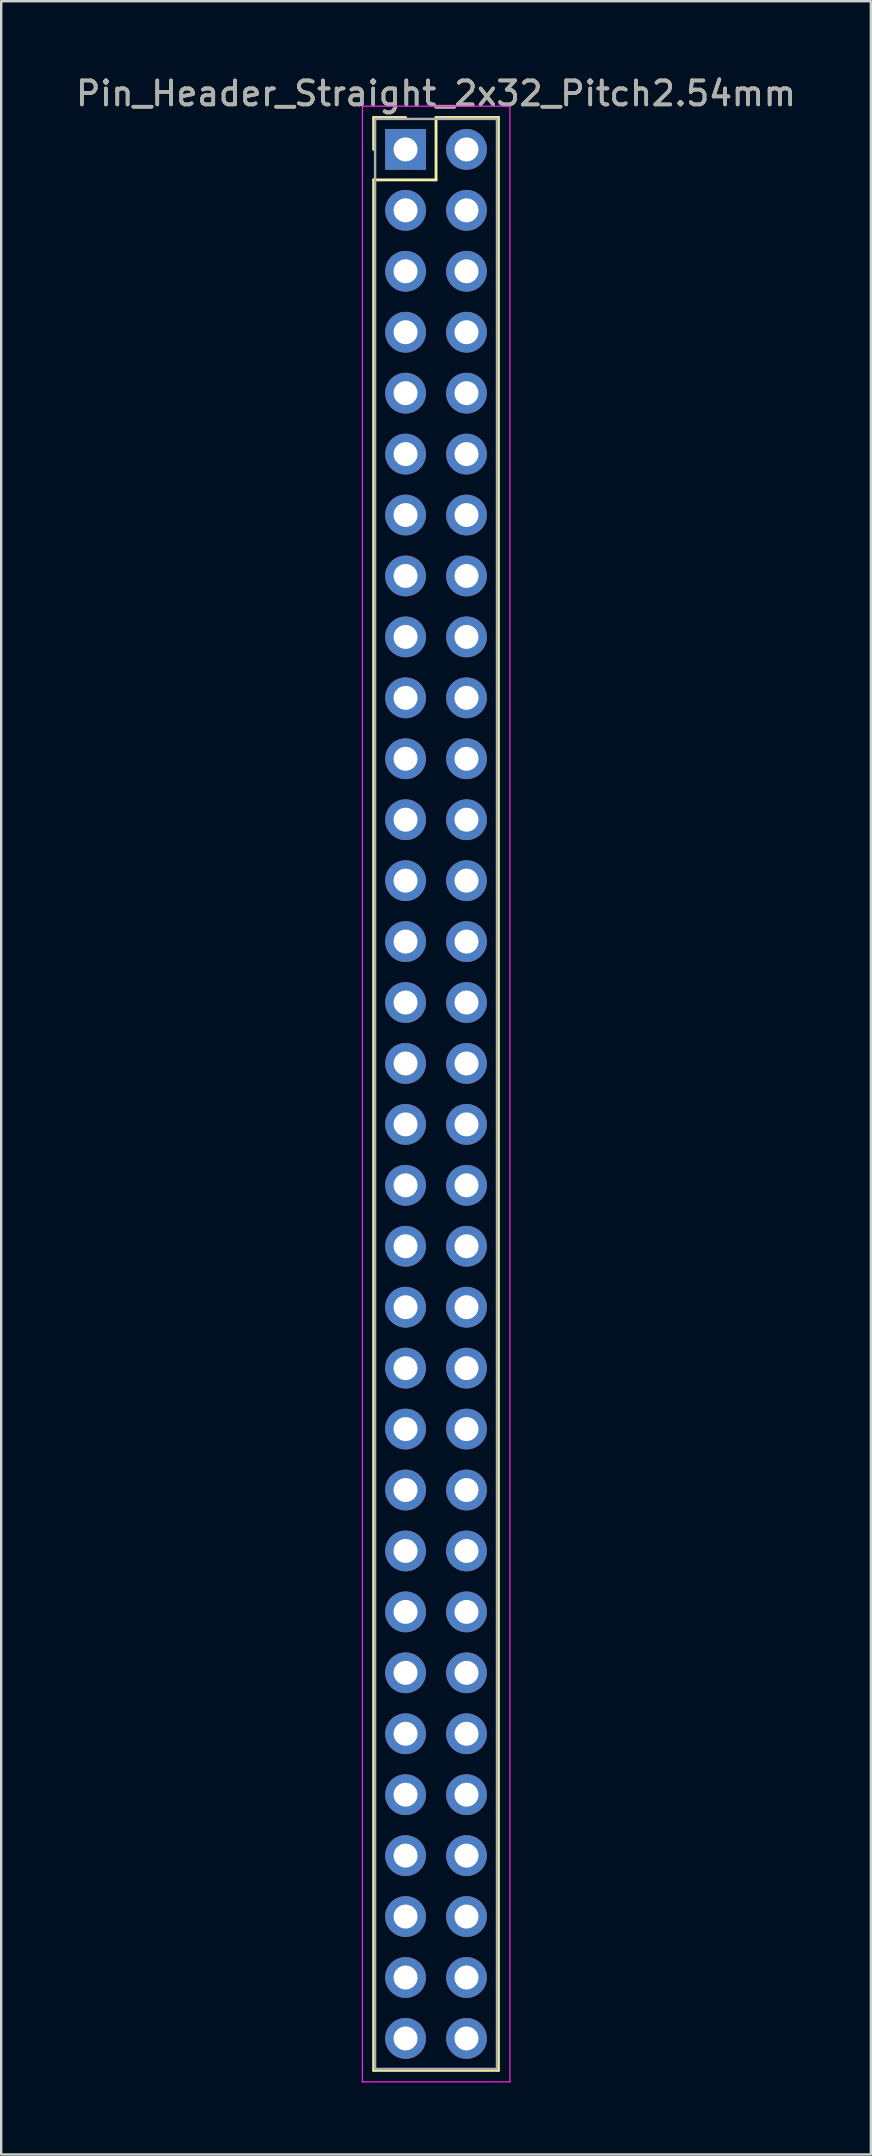
<source format=kicad_pcb>
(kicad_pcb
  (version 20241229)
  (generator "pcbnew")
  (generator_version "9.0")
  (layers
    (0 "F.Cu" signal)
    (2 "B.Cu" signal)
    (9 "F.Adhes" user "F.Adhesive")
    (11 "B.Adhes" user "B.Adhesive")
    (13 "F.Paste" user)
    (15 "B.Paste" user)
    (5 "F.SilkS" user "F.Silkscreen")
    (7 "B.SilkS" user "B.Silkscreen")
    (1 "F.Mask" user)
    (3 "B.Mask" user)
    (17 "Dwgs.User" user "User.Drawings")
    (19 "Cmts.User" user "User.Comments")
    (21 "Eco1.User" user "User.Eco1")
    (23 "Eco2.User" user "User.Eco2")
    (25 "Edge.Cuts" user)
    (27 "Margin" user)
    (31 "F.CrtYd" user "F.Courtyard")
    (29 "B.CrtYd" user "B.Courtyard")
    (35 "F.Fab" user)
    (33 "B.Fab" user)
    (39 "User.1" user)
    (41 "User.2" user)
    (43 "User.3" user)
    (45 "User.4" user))
  (footprint "Pin_Header_Straight_2x32_Pitch2.54mm"
    (layer "F.Cu")
    (at 13.855 3.178)
    (property "Reference" "Pin_Header_Straight_2x32_Pitch2.54mm" (at 1.27 -2.33 0) (layer "F.SilkS") (effects (font (size 1 1) (thickness 0.15))))
    (attr through_hole)
    (fp_line (start -1.33 -1.33) (end 0 -1.33) (stroke (width 0.12) (type solid)) (layer "F.SilkS"))
    (fp_line (start -1.33 0) (end -1.33 -1.33) (stroke (width 0.12) (type solid)) (layer "F.SilkS"))
    (fp_line (start -1.33 1.27) (end -1.33 80.07) (stroke (width 0.12) (type solid)) (layer "F.SilkS"))
    (fp_line (start -1.33 80.07) (end 3.87 80.07) (stroke (width 0.12) (type solid)) (layer "F.SilkS"))
    (fp_line (start 1.27 -1.33) (end 1.27 1.27) (stroke (width 0.12) (type solid)) (layer "F.SilkS"))
    (fp_line (start 1.27 1.27) (end -1.33 1.27) (stroke (width 0.12) (type solid)) (layer "F.SilkS"))
    (fp_line (start 3.87 -1.33) (end 1.27 -1.33) (stroke (width 0.12) (type solid)) (layer "F.SilkS"))
    (fp_line (start 3.87 80.07) (end 3.87 -1.33) (stroke (width 0.12) (type solid)) (layer "F.SilkS"))
    (fp_line (start -1.8 -1.8) (end -1.8 80.55) (stroke (width 0.05) (type solid)) (layer "F.CrtYd"))
    (fp_line (start -1.8 80.55) (end 4.35 80.55) (stroke (width 0.05) (type solid)) (layer "F.CrtYd"))
    (fp_line (start 4.35 -1.8) (end -1.8 -1.8) (stroke (width 0.05) (type solid)) (layer "F.CrtYd"))
    (fp_line (start 4.35 80.55) (end 4.35 -1.8) (stroke (width 0.05) (type solid)) (layer "F.CrtYd"))
    (fp_line (start -1.27 -1.27) (end -1.27 80.01) (stroke (width 0.1) (type solid)) (layer "F.Fab"))
    (fp_line (start -1.27 80.01) (end 3.81 80.01) (stroke (width 0.1) (type solid)) (layer "F.Fab"))
    (fp_line (start 3.81 -1.27) (end -1.27 -1.27) (stroke (width 0.1) (type solid)) (layer "F.Fab"))
    (fp_line (start 3.81 80.01) (end 3.81 -1.27) (stroke (width 0.1) (type solid)) (layer "F.Fab"))
    (fp_text user "${REFERENCE}" (at 1.27 -2.33 0) (layer "F.Fab") (effects (font (size 1 1) (thickness 0.15))))
    (pad "1" thru_hole rect (at 0 0) (size 1.7 1.7) (drill 1) (layers "*.Cu" "*.Mask"))
    (pad "2" thru_hole oval (at 2.54 0) (size 1.7 1.7) (drill 1) (layers "*.Cu" "*.Mask"))
    (pad "3" thru_hole oval (at 0 2.54) (size 1.7 1.7) (drill 1) (layers "*.Cu" "*.Mask"))
    (pad "4" thru_hole oval (at 2.54 2.54) (size 1.7 1.7) (drill 1) (layers "*.Cu" "*.Mask"))
    (pad "5" thru_hole oval (at 0 5.08) (size 1.7 1.7) (drill 1) (layers "*.Cu" "*.Mask"))
    (pad "6" thru_hole oval (at 2.54 5.08) (size 1.7 1.7) (drill 1) (layers "*.Cu" "*.Mask"))
    (pad "7" thru_hole oval (at 0 7.62) (size 1.7 1.7) (drill 1) (layers "*.Cu" "*.Mask"))
    (pad "8" thru_hole oval (at 2.54 7.62) (size 1.7 1.7) (drill 1) (layers "*.Cu" "*.Mask"))
    (pad "9" thru_hole oval (at 0 10.16) (size 1.7 1.7) (drill 1) (layers "*.Cu" "*.Mask"))
    (pad "10" thru_hole oval (at 2.54 10.16) (size 1.7 1.7) (drill 1) (layers "*.Cu" "*.Mask"))
    (pad "11" thru_hole oval (at 0 12.7) (size 1.7 1.7) (drill 1) (layers "*.Cu" "*.Mask"))
    (pad "12" thru_hole oval (at 2.54 12.7) (size 1.7 1.7) (drill 1) (layers "*.Cu" "*.Mask"))
    (pad "13" thru_hole oval (at 0 15.24) (size 1.7 1.7) (drill 1) (layers "*.Cu" "*.Mask"))
    (pad "14" thru_hole oval (at 2.54 15.24) (size 1.7 1.7) (drill 1) (layers "*.Cu" "*.Mask"))
    (pad "15" thru_hole oval (at 0 17.78) (size 1.7 1.7) (drill 1) (layers "*.Cu" "*.Mask"))
    (pad "16" thru_hole oval (at 2.54 17.78) (size 1.7 1.7) (drill 1) (layers "*.Cu" "*.Mask"))
    (pad "17" thru_hole oval (at 0 20.32) (size 1.7 1.7) (drill 1) (layers "*.Cu" "*.Mask"))
    (pad "18" thru_hole oval (at 2.54 20.32) (size 1.7 1.7) (drill 1) (layers "*.Cu" "*.Mask"))
    (pad "19" thru_hole oval (at 0 22.86) (size 1.7 1.7) (drill 1) (layers "*.Cu" "*.Mask"))
    (pad "20" thru_hole oval (at 2.54 22.86) (size 1.7 1.7) (drill 1) (layers "*.Cu" "*.Mask"))
    (pad "21" thru_hole oval (at 0 25.4) (size 1.7 1.7) (drill 1) (layers "*.Cu" "*.Mask"))
    (pad "22" thru_hole oval (at 2.54 25.4) (size 1.7 1.7) (drill 1) (layers "*.Cu" "*.Mask"))
    (pad "23" thru_hole oval (at 0 27.94) (size 1.7 1.7) (drill 1) (layers "*.Cu" "*.Mask"))
    (pad "24" thru_hole oval (at 2.54 27.94) (size 1.7 1.7) (drill 1) (layers "*.Cu" "*.Mask"))
    (pad "25" thru_hole oval (at 0 30.48) (size 1.7 1.7) (drill 1) (layers "*.Cu" "*.Mask"))
    (pad "26" thru_hole oval (at 2.54 30.48) (size 1.7 1.7) (drill 1) (layers "*.Cu" "*.Mask"))
    (pad "27" thru_hole oval (at 0 33.02) (size 1.7 1.7) (drill 1) (layers "*.Cu" "*.Mask"))
    (pad "28" thru_hole oval (at 2.54 33.02) (size 1.7 1.7) (drill 1) (layers "*.Cu" "*.Mask"))
    (pad "29" thru_hole oval (at 0 35.56) (size 1.7 1.7) (drill 1) (layers "*.Cu" "*.Mask"))
    (pad "30" thru_hole oval (at 2.54 35.56) (size 1.7 1.7) (drill 1) (layers "*.Cu" "*.Mask"))
    (pad "31" thru_hole oval (at 0 38.1) (size 1.7 1.7) (drill 1) (layers "*.Cu" "*.Mask"))
    (pad "32" thru_hole oval (at 2.54 38.1) (size 1.7 1.7) (drill 1) (layers "*.Cu" "*.Mask"))
    (pad "33" thru_hole oval (at 0 40.64) (size 1.7 1.7) (drill 1) (layers "*.Cu" "*.Mask"))
    (pad "34" thru_hole oval (at 2.54 40.64) (size 1.7 1.7) (drill 1) (layers "*.Cu" "*.Mask"))
    (pad "35" thru_hole oval (at 0 43.18) (size 1.7 1.7) (drill 1) (layers "*.Cu" "*.Mask"))
    (pad "36" thru_hole oval (at 2.54 43.18) (size 1.7 1.7) (drill 1) (layers "*.Cu" "*.Mask"))
    (pad "37" thru_hole oval (at 0 45.72) (size 1.7 1.7) (drill 1) (layers "*.Cu" "*.Mask"))
    (pad "38" thru_hole oval (at 2.54 45.72) (size 1.7 1.7) (drill 1) (layers "*.Cu" "*.Mask"))
    (pad "39" thru_hole oval (at 0 48.26) (size 1.7 1.7) (drill 1) (layers "*.Cu" "*.Mask"))
    (pad "40" thru_hole oval (at 2.54 48.26) (size 1.7 1.7) (drill 1) (layers "*.Cu" "*.Mask"))
    (pad "41" thru_hole oval (at 0 50.8) (size 1.7 1.7) (drill 1) (layers "*.Cu" "*.Mask"))
    (pad "42" thru_hole oval (at 2.54 50.8) (size 1.7 1.7) (drill 1) (layers "*.Cu" "*.Mask"))
    (pad "43" thru_hole oval (at 0 53.34) (size 1.7 1.7) (drill 1) (layers "*.Cu" "*.Mask"))
    (pad "44" thru_hole oval (at 2.54 53.34) (size 1.7 1.7) (drill 1) (layers "*.Cu" "*.Mask"))
    (pad "45" thru_hole oval (at 0 55.88) (size 1.7 1.7) (drill 1) (layers "*.Cu" "*.Mask"))
    (pad "46" thru_hole oval (at 2.54 55.88) (size 1.7 1.7) (drill 1) (layers "*.Cu" "*.Mask"))
    (pad "47" thru_hole oval (at 0 58.42) (size 1.7 1.7) (drill 1) (layers "*.Cu" "*.Mask"))
    (pad "48" thru_hole oval (at 2.54 58.42) (size 1.7 1.7) (drill 1) (layers "*.Cu" "*.Mask"))
    (pad "49" thru_hole oval (at 0 60.96) (size 1.7 1.7) (drill 1) (layers "*.Cu" "*.Mask"))
    (pad "50" thru_hole oval (at 2.54 60.96) (size 1.7 1.7) (drill 1) (layers "*.Cu" "*.Mask"))
    (pad "51" thru_hole oval (at 0 63.5) (size 1.7 1.7) (drill 1) (layers "*.Cu" "*.Mask"))
    (pad "52" thru_hole oval (at 2.54 63.5) (size 1.7 1.7) (drill 1) (layers "*.Cu" "*.Mask"))
    (pad "53" thru_hole oval (at 0 66.04) (size 1.7 1.7) (drill 1) (layers "*.Cu" "*.Mask"))
    (pad "54" thru_hole oval (at 2.54 66.04) (size 1.7 1.7) (drill 1) (layers "*.Cu" "*.Mask"))
    (pad "55" thru_hole oval (at 0 68.58) (size 1.7 1.7) (drill 1) (layers "*.Cu" "*.Mask"))
    (pad "56" thru_hole oval (at 2.54 68.58) (size 1.7 1.7) (drill 1) (layers "*.Cu" "*.Mask"))
    (pad "57" thru_hole oval (at 0 71.12) (size 1.7 1.7) (drill 1) (layers "*.Cu" "*.Mask"))
    (pad "58" thru_hole oval (at 2.54 71.12) (size 1.7 1.7) (drill 1) (layers "*.Cu" "*.Mask"))
    (pad "59" thru_hole oval (at 0 73.66) (size 1.7 1.7) (drill 1) (layers "*.Cu" "*.Mask"))
    (pad "60" thru_hole oval (at 2.54 73.66) (size 1.7 1.7) (drill 1) (layers "*.Cu" "*.Mask"))
    (pad "61" thru_hole oval (at 0 76.2) (size 1.7 1.7) (drill 1) (layers "*.Cu" "*.Mask"))
    (pad "62" thru_hole oval (at 2.54 76.2) (size 1.7 1.7) (drill 1) (layers "*.Cu" "*.Mask"))
    (pad "63" thru_hole oval (at 0 78.74) (size 1.7 1.7) (drill 1) (layers "*.Cu" "*.Mask"))
    (pad "64" thru_hole oval (at 2.54 78.74) (size 1.7 1.7) (drill 1) (layers "*.Cu" "*.Mask")))
  (gr_rect
    (start -3 -3)
    (end 33.25 86.753)
    (stroke (width 0.1) (type default))
    (fill no)
    (layer "Edge.Cuts")))
</source>
